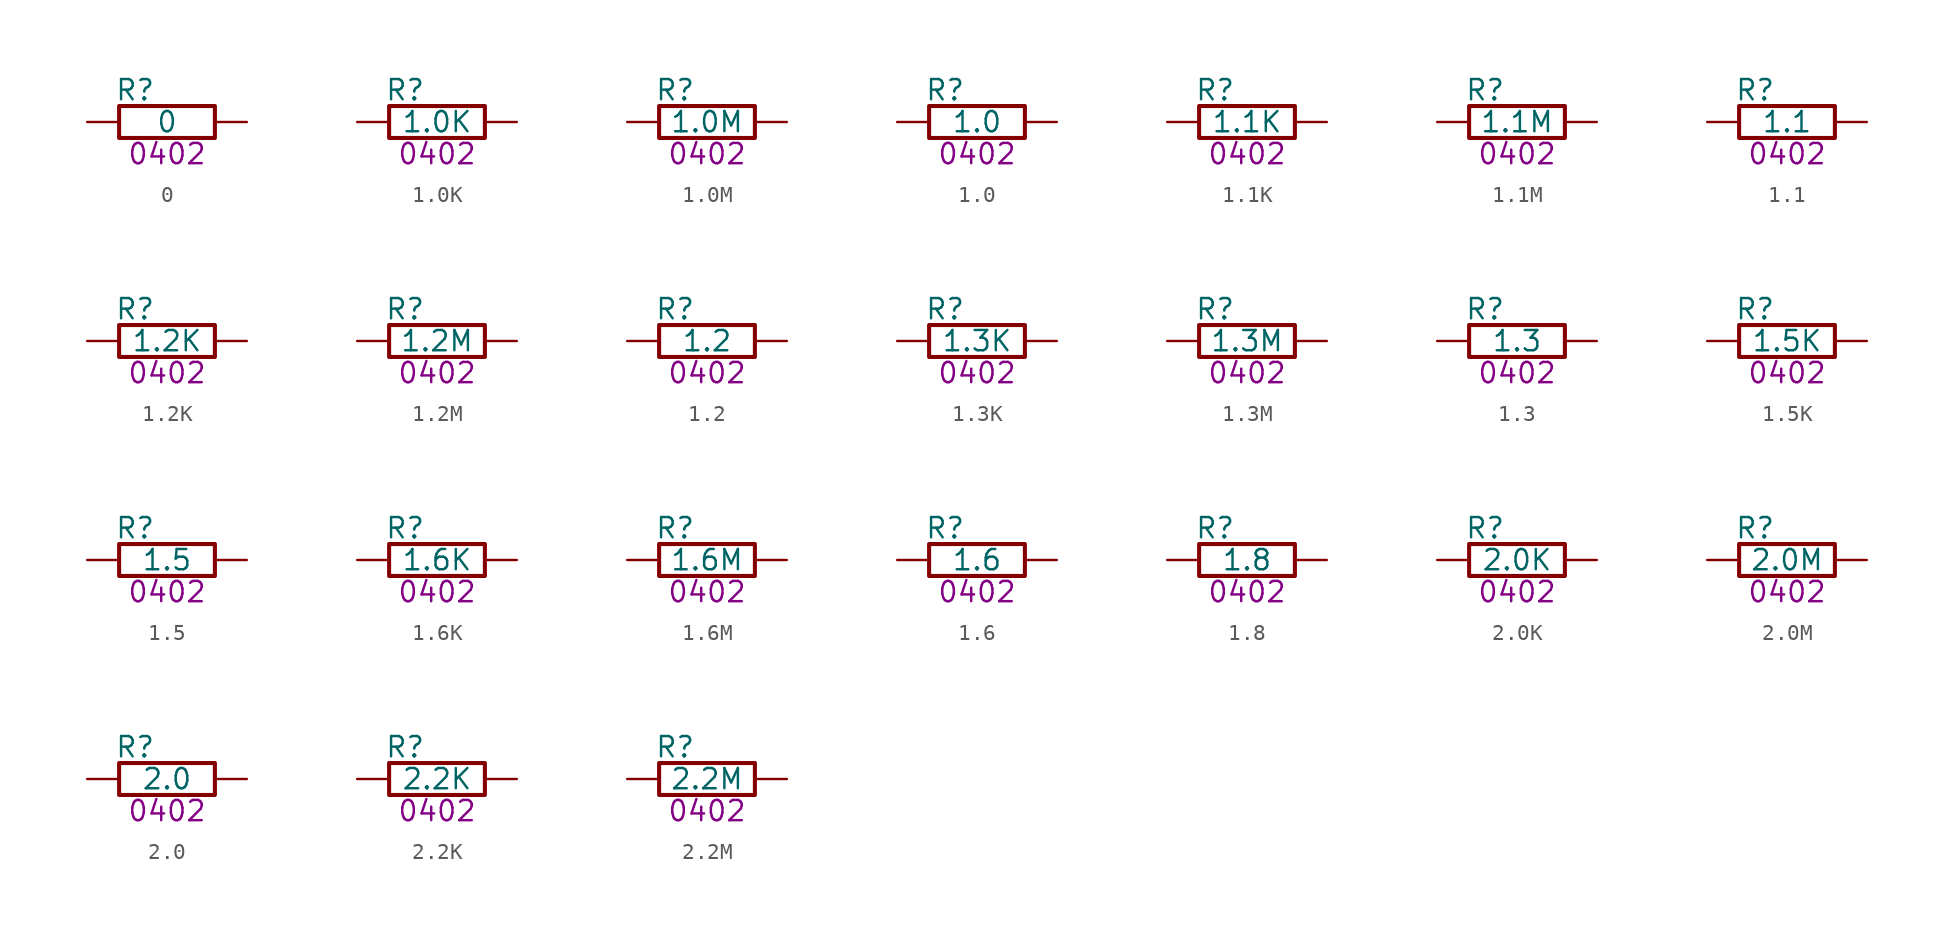
<source format=kicad_sym>
(kicad_symbol_lib
  (version 20211014)
  (generator kicad_symbol_editor)
  (symbol "0"
    (pin_numbers hide)
    (pin_names hide)
    (property "Reference" "R"
      (at -2 1 0)
      (effects (font (size 1.27 1.27))))
    (property "Value" "0"
      (at 0 -1 0)
      (effects (font (size 1.27 1.27))))
    (property "Size" "0402"
      (at 0 -3 0)
      (effects (font (size 1.27 1.27))))
    (symbol "0_0_1"
      (rectangle (start -3 0) (end 3 -2) (stroke (width 0.254) (type default) (color 0 0 0 0)) (fill (type none))))
    (symbol "0_1_1"
      (pin passive line (at -5 -1 0) (length 2) (name "~" (effects (font (size 1.27 1.27)))) (number "1" (effects (font (size 1.27 1.27)))))
      (pin passive line (at 5 -1 180) (length 2) (name "~" (effects (font (size 1.27 1.27)))) (number "2" (effects (font (size 1.27 1.27)))))))
  (symbol "1.0K"
    (pin_numbers hide)
    (pin_names hide)
    (property "Reference" "R"
      (at -2 1 0)
      (effects (font (size 1.27 1.27))))
    (property "Value" "1.0K"
      (at 0 -1 0)
      (effects (font (size 1.27 1.27))))
    (property "Size" "0402"
      (at 0 -3 0)
      (effects (font (size 1.27 1.27))))
    (symbol "1.0K_0_1"
      (rectangle (start -3 0) (end 3 -2) (stroke (width 0.254) (type default) (color 0 0 0 0)) (fill (type none))))
    (symbol "1.0K_1_1"
      (pin passive line (at -5 -1 0) (length 2) (name "~" (effects (font (size 1.27 1.27)))) (number "1" (effects (font (size 1.27 1.27)))))
      (pin passive line (at 5 -1 180) (length 2) (name "~" (effects (font (size 1.27 1.27)))) (number "2" (effects (font (size 1.27 1.27)))))))
  (symbol "1.0M"
    (pin_numbers hide)
    (pin_names hide)
    (property "Reference" "R"
      (at -2 1 0)
      (effects (font (size 1.27 1.27))))
    (property "Value" "1.0M"
      (at 0 -1 0)
      (effects (font (size 1.27 1.27))))
    (property "Size" "0402"
      (at 0 -3 0)
      (effects (font (size 1.27 1.27))))
    (symbol "1.0M_0_1"
      (rectangle (start -3 0) (end 3 -2) (stroke (width 0.254) (type default) (color 0 0 0 0)) (fill (type none))))
    (symbol "1.0M_1_1"
      (pin passive line (at -5 -1 0) (length 2) (name "~" (effects (font (size 1.27 1.27)))) (number "1" (effects (font (size 1.27 1.27)))))
      (pin passive line (at 5 -1 180) (length 2) (name "~" (effects (font (size 1.27 1.27)))) (number "2" (effects (font (size 1.27 1.27)))))))
  (symbol "1.0"
    (pin_numbers hide)
    (pin_names hide)
    (property "Reference" "R"
      (at -2 1 0)
      (effects (font (size 1.27 1.27))))
    (property "Value" "1.0"
      (at 0 -1 0)
      (effects (font (size 1.27 1.27))))
    (property "Size" "0402"
      (at 0 -3 0)
      (effects (font (size 1.27 1.27))))
    (symbol "1.0_0_1"
      (rectangle (start -3 0) (end 3 -2) (stroke (width 0.254) (type default) (color 0 0 0 0)) (fill (type none))))
    (symbol "1.0_1_1"
      (pin passive line (at -5 -1 0) (length 2) (name "~" (effects (font (size 1.27 1.27)))) (number "1" (effects (font (size 1.27 1.27)))))
      (pin passive line (at 5 -1 180) (length 2) (name "~" (effects (font (size 1.27 1.27)))) (number "2" (effects (font (size 1.27 1.27)))))))
  (symbol "1.1K"
    (pin_numbers hide)
    (pin_names hide)
    (property "Reference" "R"
      (at -2 1 0)
      (effects (font (size 1.27 1.27))))
    (property "Value" "1.1K"
      (at 0 -1 0)
      (effects (font (size 1.27 1.27))))
    (property "Size" "0402"
      (at 0 -3 0)
      (effects (font (size 1.27 1.27))))
    (symbol "1.1K_0_1"
      (rectangle (start -3 0) (end 3 -2) (stroke (width 0.254) (type default) (color 0 0 0 0)) (fill (type none))))
    (symbol "1.1K_1_1"
      (pin passive line (at -5 -1 0) (length 2) (name "~" (effects (font (size 1.27 1.27)))) (number "1" (effects (font (size 1.27 1.27)))))
      (pin passive line (at 5 -1 180) (length 2) (name "~" (effects (font (size 1.27 1.27)))) (number "2" (effects (font (size 1.27 1.27)))))))
  (symbol "1.1M"
    (pin_numbers hide)
    (pin_names hide)
    (property "Reference" "R"
      (at -2 1 0)
      (effects (font (size 1.27 1.27))))
    (property "Value" "1.1M"
      (at 0 -1 0)
      (effects (font (size 1.27 1.27))))
    (property "Size" "0402"
      (at 0 -3 0)
      (effects (font (size 1.27 1.27))))
    (symbol "1.1M_0_1"
      (rectangle (start -3 0) (end 3 -2) (stroke (width 0.254) (type default) (color 0 0 0 0)) (fill (type none))))
    (symbol "1.1M_1_1"
      (pin passive line (at -5 -1 0) (length 2) (name "~" (effects (font (size 1.27 1.27)))) (number "1" (effects (font (size 1.27 1.27)))))
      (pin passive line (at 5 -1 180) (length 2) (name "~" (effects (font (size 1.27 1.27)))) (number "2" (effects (font (size 1.27 1.27)))))))
  (symbol "1.1"
    (pin_numbers hide)
    (pin_names hide)
    (property "Reference" "R"
      (at -2 1 0)
      (effects (font (size 1.27 1.27))))
    (property "Value" "1.1"
      (at 0 -1 0)
      (effects (font (size 1.27 1.27))))
    (property "Size" "0402"
      (at 0 -3 0)
      (effects (font (size 1.27 1.27))))
    (symbol "1.1_0_1"
      (rectangle (start -3 0) (end 3 -2) (stroke (width 0.254) (type default) (color 0 0 0 0)) (fill (type none))))
    (symbol "1.1_1_1"
      (pin passive line (at -5 -1 0) (length 2) (name "~" (effects (font (size 1.27 1.27)))) (number "1" (effects (font (size 1.27 1.27)))))
      (pin passive line (at 5 -1 180) (length 2) (name "~" (effects (font (size 1.27 1.27)))) (number "2" (effects (font (size 1.27 1.27)))))))
  (symbol "1.2K"
    (pin_numbers hide)
    (pin_names hide)
    (property "Reference" "R"
      (at -2 1 0)
      (effects (font (size 1.27 1.27))))
    (property "Value" "1.2K"
      (at 0 -1 0)
      (effects (font (size 1.27 1.27))))
    (property "Size" "0402"
      (at 0 -3 0)
      (effects (font (size 1.27 1.27))))
    (symbol "1.2K_0_1"
      (rectangle (start -3 0) (end 3 -2) (stroke (width 0.254) (type default) (color 0 0 0 0)) (fill (type none))))
    (symbol "1.2K_1_1"
      (pin passive line (at -5 -1 0) (length 2) (name "~" (effects (font (size 1.27 1.27)))) (number "1" (effects (font (size 1.27 1.27)))))
      (pin passive line (at 5 -1 180) (length 2) (name "~" (effects (font (size 1.27 1.27)))) (number "2" (effects (font (size 1.27 1.27)))))))
  (symbol "1.2M"
    (pin_numbers hide)
    (pin_names hide)
    (property "Reference" "R"
      (at -2 1 0)
      (effects (font (size 1.27 1.27))))
    (property "Value" "1.2M"
      (at 0 -1 0)
      (effects (font (size 1.27 1.27))))
    (property "Size" "0402"
      (at 0 -3 0)
      (effects (font (size 1.27 1.27))))
    (symbol "1.2M_0_1"
      (rectangle (start -3 0) (end 3 -2) (stroke (width 0.254) (type default) (color 0 0 0 0)) (fill (type none))))
    (symbol "1.2M_1_1"
      (pin passive line (at -5 -1 0) (length 2) (name "~" (effects (font (size 1.27 1.27)))) (number "1" (effects (font (size 1.27 1.27)))))
      (pin passive line (at 5 -1 180) (length 2) (name "~" (effects (font (size 1.27 1.27)))) (number "2" (effects (font (size 1.27 1.27)))))))
  (symbol "1.2"
    (pin_numbers hide)
    (pin_names hide)
    (property "Reference" "R"
      (at -2 1 0)
      (effects (font (size 1.27 1.27))))
    (property "Value" "1.2"
      (at 0 -1 0)
      (effects (font (size 1.27 1.27))))
    (property "Size" "0402"
      (at 0 -3 0)
      (effects (font (size 1.27 1.27))))
    (symbol "1.2_0_1"
      (rectangle (start -3 0) (end 3 -2) (stroke (width 0.254) (type default) (color 0 0 0 0)) (fill (type none))))
    (symbol "1.2_1_1"
      (pin passive line (at -5 -1 0) (length 2) (name "~" (effects (font (size 1.27 1.27)))) (number "1" (effects (font (size 1.27 1.27)))))
      (pin passive line (at 5 -1 180) (length 2) (name "~" (effects (font (size 1.27 1.27)))) (number "2" (effects (font (size 1.27 1.27)))))))
  (symbol "1.3K"
    (pin_numbers hide)
    (pin_names hide)
    (property "Reference" "R"
      (at -2 1 0)
      (effects (font (size 1.27 1.27))))
    (property "Value" "1.3K"
      (at 0 -1 0)
      (effects (font (size 1.27 1.27))))
    (property "Size" "0402"
      (at 0 -3 0)
      (effects (font (size 1.27 1.27))))
    (symbol "1.3K_0_1"
      (rectangle (start -3 0) (end 3 -2) (stroke (width 0.254) (type default) (color 0 0 0 0)) (fill (type none))))
    (symbol "1.3K_1_1"
      (pin passive line (at -5 -1 0) (length 2) (name "~" (effects (font (size 1.27 1.27)))) (number "1" (effects (font (size 1.27 1.27)))))
      (pin passive line (at 5 -1 180) (length 2) (name "~" (effects (font (size 1.27 1.27)))) (number "2" (effects (font (size 1.27 1.27)))))))
  (symbol "1.3M"
    (pin_numbers hide)
    (pin_names hide)
    (property "Reference" "R"
      (at -2 1 0)
      (effects (font (size 1.27 1.27))))
    (property "Value" "1.3M"
      (at 0 -1 0)
      (effects (font (size 1.27 1.27))))
    (property "Size" "0402"
      (at 0 -3 0)
      (effects (font (size 1.27 1.27))))
    (symbol "1.3M_0_1"
      (rectangle (start -3 0) (end 3 -2) (stroke (width 0.254) (type default) (color 0 0 0 0)) (fill (type none))))
    (symbol "1.3M_1_1"
      (pin passive line (at -5 -1 0) (length 2) (name "~" (effects (font (size 1.27 1.27)))) (number "1" (effects (font (size 1.27 1.27)))))
      (pin passive line (at 5 -1 180) (length 2) (name "~" (effects (font (size 1.27 1.27)))) (number "2" (effects (font (size 1.27 1.27)))))))
  (symbol "1.3"
    (pin_numbers hide)
    (pin_names hide)
    (property "Reference" "R"
      (at -2 1 0)
      (effects (font (size 1.27 1.27))))
    (property "Value" "1.3"
      (at 0 -1 0)
      (effects (font (size 1.27 1.27))))
    (property "Size" "0402"
      (at 0 -3 0)
      (effects (font (size 1.27 1.27))))
    (symbol "1.3_0_1"
      (rectangle (start -3 0) (end 3 -2) (stroke (width 0.254) (type default) (color 0 0 0 0)) (fill (type none))))
    (symbol "1.3_1_1"
      (pin passive line (at -5 -1 0) (length 2) (name "~" (effects (font (size 1.27 1.27)))) (number "1" (effects (font (size 1.27 1.27)))))
      (pin passive line (at 5 -1 180) (length 2) (name "~" (effects (font (size 1.27 1.27)))) (number "2" (effects (font (size 1.27 1.27)))))))
  (symbol "1.5K"
    (pin_numbers hide)
    (pin_names hide)
    (property "Reference" "R"
      (at -2 1 0)
      (effects (font (size 1.27 1.27))))
    (property "Value" "1.5K"
      (at 0 -1 0)
      (effects (font (size 1.27 1.27))))
    (property "Size" "0402"
      (at 0 -3 0)
      (effects (font (size 1.27 1.27))))
    (symbol "1.5K_0_1"
      (rectangle (start -3 0) (end 3 -2) (stroke (width 0.254) (type default) (color 0 0 0 0)) (fill (type none))))
    (symbol "1.5K_1_1"
      (pin passive line (at -5 -1 0) (length 2) (name "~" (effects (font (size 1.27 1.27)))) (number "1" (effects (font (size 1.27 1.27)))))
      (pin passive line (at 5 -1 180) (length 2) (name "~" (effects (font (size 1.27 1.27)))) (number "2" (effects (font (size 1.27 1.27)))))))
  (symbol "1.5"
    (pin_numbers hide)
    (pin_names hide)
    (property "Reference" "R"
      (at -2 1 0)
      (effects (font (size 1.27 1.27))))
    (property "Value" "1.5"
      (at 0 -1 0)
      (effects (font (size 1.27 1.27))))
    (property "Size" "0402"
      (at 0 -3 0)
      (effects (font (size 1.27 1.27))))
    (symbol "1.5_0_1"
      (rectangle (start -3 0) (end 3 -2) (stroke (width 0.254) (type default) (color 0 0 0 0)) (fill (type none))))
    (symbol "1.5_1_1"
      (pin passive line (at -5 -1 0) (length 2) (name "~" (effects (font (size 1.27 1.27)))) (number "1" (effects (font (size 1.27 1.27)))))
      (pin passive line (at 5 -1 180) (length 2) (name "~" (effects (font (size 1.27 1.27)))) (number "2" (effects (font (size 1.27 1.27)))))))
  (symbol "1.6K"
    (pin_numbers hide)
    (pin_names hide)
    (property "Reference" "R"
      (at -2 1 0)
      (effects (font (size 1.27 1.27))))
    (property "Value" "1.6K"
      (at 0 -1 0)
      (effects (font (size 1.27 1.27))))
    (property "Size" "0402"
      (at 0 -3 0)
      (effects (font (size 1.27 1.27))))
    (symbol "1.6K_0_1"
      (rectangle (start -3 0) (end 3 -2) (stroke (width 0.254) (type default) (color 0 0 0 0)) (fill (type none))))
    (symbol "1.6K_1_1"
      (pin passive line (at -5 -1 0) (length 2) (name "~" (effects (font (size 1.27 1.27)))) (number "1" (effects (font (size 1.27 1.27)))))
      (pin passive line (at 5 -1 180) (length 2) (name "~" (effects (font (size 1.27 1.27)))) (number "2" (effects (font (size 1.27 1.27)))))))
  (symbol "1.6M"
    (pin_numbers hide)
    (pin_names hide)
    (property "Reference" "R"
      (at -2 1 0)
      (effects (font (size 1.27 1.27))))
    (property "Value" "1.6M"
      (at 0 -1 0)
      (effects (font (size 1.27 1.27))))
    (property "Size" "0402"
      (at 0 -3 0)
      (effects (font (size 1.27 1.27))))
    (symbol "1.6M_0_1"
      (rectangle (start -3 0) (end 3 -2) (stroke (width 0.254) (type default) (color 0 0 0 0)) (fill (type none))))
    (symbol "1.6M_1_1"
      (pin passive line (at -5 -1 0) (length 2) (name "~" (effects (font (size 1.27 1.27)))) (number "1" (effects (font (size 1.27 1.27)))))
      (pin passive line (at 5 -1 180) (length 2) (name "~" (effects (font (size 1.27 1.27)))) (number "2" (effects (font (size 1.27 1.27)))))))
  (symbol "1.6"
    (pin_numbers hide)
    (pin_names hide)
    (property "Reference" "R"
      (at -2 1 0)
      (effects (font (size 1.27 1.27))))
    (property "Value" "1.6"
      (at 0 -1 0)
      (effects (font (size 1.27 1.27))))
    (property "Size" "0402"
      (at 0 -3 0)
      (effects (font (size 1.27 1.27))))
    (symbol "1.6_0_1"
      (rectangle (start -3 0) (end 3 -2) (stroke (width 0.254) (type default) (color 0 0 0 0)) (fill (type none))))
    (symbol "1.6_1_1"
      (pin passive line (at -5 -1 0) (length 2) (name "~" (effects (font (size 1.27 1.27)))) (number "1" (effects (font (size 1.27 1.27)))))
      (pin passive line (at 5 -1 180) (length 2) (name "~" (effects (font (size 1.27 1.27)))) (number "2" (effects (font (size 1.27 1.27)))))))
  (symbol "1.8"
    (pin_numbers hide)
    (pin_names hide)
    (property "Reference" "R"
      (at -2 1 0)
      (effects (font (size 1.27 1.27))))
    (property "Value" "1.8"
      (at 0 -1 0)
      (effects (font (size 1.27 1.27))))
    (property "Size" "0402"
      (at 0 -3 0)
      (effects (font (size 1.27 1.27))))
    (symbol "1.8_0_1"
      (rectangle (start -3 0) (end 3 -2) (stroke (width 0.254) (type default) (color 0 0 0 0)) (fill (type none))))
    (symbol "1.8_1_1"
      (pin passive line (at -5 -1 0) (length 2) (name "~" (effects (font (size 1.27 1.27)))) (number "1" (effects (font (size 1.27 1.27)))))
      (pin passive line (at 5 -1 180) (length 2) (name "~" (effects (font (size 1.27 1.27)))) (number "2" (effects (font (size 1.27 1.27)))))))
  (symbol "2.0K"
    (pin_numbers hide)
    (pin_names hide)
    (property "Reference" "R"
      (at -2 1 0)
      (effects (font (size 1.27 1.27))))
    (property "Value" "2.0K"
      (at 0 -1 0)
      (effects (font (size 1.27 1.27))))
    (property "Size" "0402"
      (at 0 -3 0)
      (effects (font (size 1.27 1.27))))
    (symbol "2.0K_0_1"
      (rectangle (start -3 0) (end 3 -2) (stroke (width 0.254) (type default) (color 0 0 0 0)) (fill (type none))))
    (symbol "2.0K_1_1"
      (pin passive line (at -5 -1 0) (length 2) (name "~" (effects (font (size 1.27 1.27)))) (number "1" (effects (font (size 1.27 1.27)))))
      (pin passive line (at 5 -1 180) (length 2) (name "~" (effects (font (size 1.27 1.27)))) (number "2" (effects (font (size 1.27 1.27)))))))
  (symbol "2.0M"
    (pin_numbers hide)
    (pin_names hide)
    (property "Reference" "R"
      (at -2 1 0)
      (effects (font (size 1.27 1.27))))
    (property "Value" "2.0M"
      (at 0 -1 0)
      (effects (font (size 1.27 1.27))))
    (property "Size" "0402"
      (at 0 -3 0)
      (effects (font (size 1.27 1.27))))
    (symbol "2.0M_0_1"
      (rectangle (start -3 0) (end 3 -2) (stroke (width 0.254) (type default) (color 0 0 0 0)) (fill (type none))))
    (symbol "2.0M_1_1"
      (pin passive line (at -5 -1 0) (length 2) (name "~" (effects (font (size 1.27 1.27)))) (number "1" (effects (font (size 1.27 1.27)))))
      (pin passive line (at 5 -1 180) (length 2) (name "~" (effects (font (size 1.27 1.27)))) (number "2" (effects (font (size 1.27 1.27)))))))
  (symbol "2.0"
    (pin_numbers hide)
    (pin_names hide)
    (property "Reference" "R"
      (at -2 1 0)
      (effects (font (size 1.27 1.27))))
    (property "Value" "2.0"
      (at 0 -1 0)
      (effects (font (size 1.27 1.27))))
    (property "Size" "0402"
      (at 0 -3 0)
      (effects (font (size 1.27 1.27))))
    (symbol "2.0_0_1"
      (rectangle (start -3 0) (end 3 -2) (stroke (width 0.254) (type default) (color 0 0 0 0)) (fill (type none))))
    (symbol "2.0_1_1"
      (pin passive line (at -5 -1 0) (length 2) (name "~" (effects (font (size 1.27 1.27)))) (number "1" (effects (font (size 1.27 1.27)))))
      (pin passive line (at 5 -1 180) (length 2) (name "~" (effects (font (size 1.27 1.27)))) (number "2" (effects (font (size 1.27 1.27)))))))
  (symbol "2.2K"
    (pin_numbers hide)
    (pin_names hide)
    (property "Reference" "R"
      (at -2 1 0)
      (effects (font (size 1.27 1.27))))
    (property "Value" "2.2K"
      (at 0 -1 0)
      (effects (font (size 1.27 1.27))))
    (property "Size" "0402"
      (at 0 -3 0)
      (effects (font (size 1.27 1.27))))
    (symbol "2.2K_0_1"
      (rectangle (start -3 0) (end 3 -2) (stroke (width 0.254) (type default) (color 0 0 0 0)) (fill (type none))))
    (symbol "2.2K_1_1"
      (pin passive line (at -5 -1 0) (length 2) (name "~" (effects (font (size 1.27 1.27)))) (number "1" (effects (font (size 1.27 1.27)))))
      (pin passive line (at 5 -1 180) (length 2) (name "~" (effects (font (size 1.27 1.27)))) (number "2" (effects (font (size 1.27 1.27)))))))
  (symbol "2.2M"
    (pin_numbers hide)
    (pin_names hide)
    (property "Reference" "R"
      (at -2 1 0)
      (effects (font (size 1.27 1.27))))
    (property "Value" "2.2M"
      (at 0 -1 0)
      (effects (font (size 1.27 1.27))))
    (property "Size" "0402"
      (at 0 -3 0)
      (effects (font (size 1.27 1.27))))
    (symbol "2.2M_0_1"
      (rectangle (start -3 0) (end 3 -2) (stroke (width 0.254) (type default) (color 0 0 0 0)) (fill (type none))))
    (symbol "2.2M_1_1"
      (pin passive line (at -5 -1 0) (length 2) (name "~" (effects (font (size 1.27 1.27)))) (number "1" (effects (font (size 1.27 1.27)))))
      (pin passive line (at 5 -1 180) (length 2) (name "~" (effects (font (size 1.27 1.27)))) (number "2" (effects (font (size 1.27 1.27))))))))
</source>
